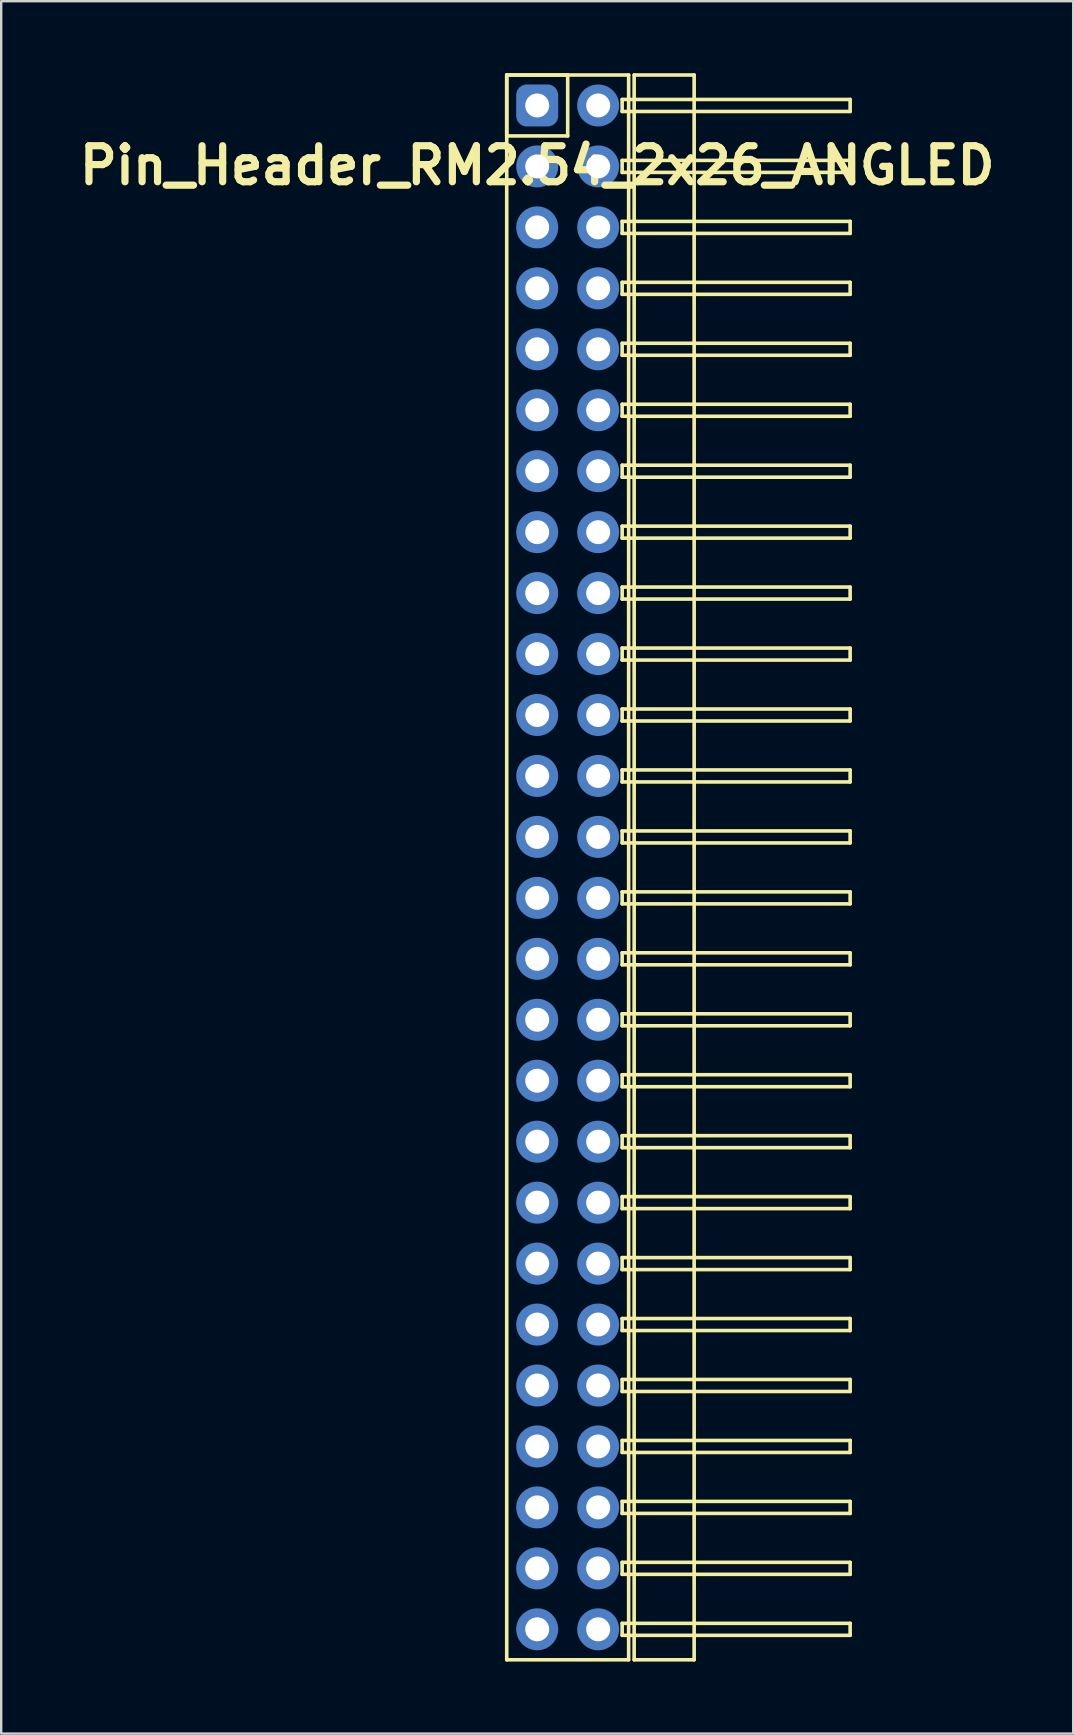
<source format=kicad_pcb>
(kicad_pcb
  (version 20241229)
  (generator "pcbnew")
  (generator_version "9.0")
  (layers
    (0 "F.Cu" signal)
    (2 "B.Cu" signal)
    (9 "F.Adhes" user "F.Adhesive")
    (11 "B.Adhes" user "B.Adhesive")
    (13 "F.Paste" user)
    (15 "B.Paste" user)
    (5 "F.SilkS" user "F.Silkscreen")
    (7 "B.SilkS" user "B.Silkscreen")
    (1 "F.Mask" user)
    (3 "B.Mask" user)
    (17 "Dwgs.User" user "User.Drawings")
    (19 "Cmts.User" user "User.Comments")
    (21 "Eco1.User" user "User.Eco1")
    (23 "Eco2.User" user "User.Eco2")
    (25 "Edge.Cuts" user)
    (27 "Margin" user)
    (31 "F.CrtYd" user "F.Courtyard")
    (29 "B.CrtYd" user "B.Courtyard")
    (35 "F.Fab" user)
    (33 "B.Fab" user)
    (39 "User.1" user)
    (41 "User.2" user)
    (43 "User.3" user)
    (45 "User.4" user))
  (footprint "Pin_Header_RM2.54_2x26_ANGLED"
    (layer "F.Cu")
    (at 19.336 1.345)
    (property "Reference" "Pin_Header_RM2.54_2x26_ANGLED" (at 0 2.5 0) (layer "F.SilkS") (effects (font (size 1.5 1.5) (thickness 0.3))))
    (attr through_hole)
    (fp_line (start -1.27 -1.27) (end 1.27 -1.27) (stroke (width 0.15) (type solid)) (layer "F.SilkS"))
    (fp_line (start -1.27 -1.27) (end 3.81 -1.27) (stroke (width 0.15) (type solid)) (layer "F.SilkS"))
    (fp_line (start -1.27 1.27) (end -1.27 -1.27) (stroke (width 0.15) (type solid)) (layer "F.SilkS"))
    (fp_line (start -1.27 64.77) (end -1.27 -1.27) (stroke (width 0.15) (type solid)) (layer "F.SilkS"))
    (fp_line (start 1.27 -1.27) (end 1.27 1.27) (stroke (width 0.15) (type solid)) (layer "F.SilkS"))
    (fp_line (start 1.27 1.27) (end -1.27 1.27) (stroke (width 0.15) (type solid)) (layer "F.SilkS"))
    (fp_line (start 3.54 -0.25) (end 13.04 -0.25) (stroke (width 0.15) (type solid)) (layer "F.SilkS"))
    (fp_line (start 3.54 0.25) (end 3.54 -0.25) (stroke (width 0.15) (type solid)) (layer "F.SilkS"))
    (fp_line (start 3.54 2.29) (end 13.04 2.29) (stroke (width 0.15) (type solid)) (layer "F.SilkS"))
    (fp_line (start 3.54 2.79) (end 3.54 2.29) (stroke (width 0.15) (type solid)) (layer "F.SilkS"))
    (fp_line (start 3.54 4.83) (end 13.04 4.83) (stroke (width 0.15) (type solid)) (layer "F.SilkS"))
    (fp_line (start 3.54 5.33) (end 3.54 4.83) (stroke (width 0.15) (type solid)) (layer "F.SilkS"))
    (fp_line (start 3.54 7.37) (end 13.04 7.37) (stroke (width 0.15) (type solid)) (layer "F.SilkS"))
    (fp_line (start 3.54 7.87) (end 3.54 7.37) (stroke (width 0.15) (type solid)) (layer "F.SilkS"))
    (fp_line (start 3.54 9.91) (end 13.04 9.91) (stroke (width 0.15) (type solid)) (layer "F.SilkS"))
    (fp_line (start 3.54 10.41) (end 3.54 9.91) (stroke (width 0.15) (type solid)) (layer "F.SilkS"))
    (fp_line (start 3.54 12.45) (end 13.04 12.45) (stroke (width 0.15) (type solid)) (layer "F.SilkS"))
    (fp_line (start 3.54 12.95) (end 3.54 12.45) (stroke (width 0.15) (type solid)) (layer "F.SilkS"))
    (fp_line (start 3.54 14.99) (end 13.04 14.99) (stroke (width 0.15) (type solid)) (layer "F.SilkS"))
    (fp_line (start 3.54 15.49) (end 3.54 14.99) (stroke (width 0.15) (type solid)) (layer "F.SilkS"))
    (fp_line (start 3.54 17.53) (end 13.04 17.53) (stroke (width 0.15) (type solid)) (layer "F.SilkS"))
    (fp_line (start 3.54 18.03) (end 3.54 17.53) (stroke (width 0.15) (type solid)) (layer "F.SilkS"))
    (fp_line (start 3.54 20.07) (end 13.04 20.07) (stroke (width 0.15) (type solid)) (layer "F.SilkS"))
    (fp_line (start 3.54 20.57) (end 3.54 20.07) (stroke (width 0.15) (type solid)) (layer "F.SilkS"))
    (fp_line (start 3.54 22.61) (end 13.04 22.61) (stroke (width 0.15) (type solid)) (layer "F.SilkS"))
    (fp_line (start 3.54 23.11) (end 3.54 22.61) (stroke (width 0.15) (type solid)) (layer "F.SilkS"))
    (fp_line (start 3.54 25.15) (end 13.04 25.15) (stroke (width 0.15) (type solid)) (layer "F.SilkS"))
    (fp_line (start 3.54 25.65) (end 3.54 25.15) (stroke (width 0.15) (type solid)) (layer "F.SilkS"))
    (fp_line (start 3.54 27.69) (end 13.04 27.69) (stroke (width 0.15) (type solid)) (layer "F.SilkS"))
    (fp_line (start 3.54 28.19) (end 3.54 27.69) (stroke (width 0.15) (type solid)) (layer "F.SilkS"))
    (fp_line (start 3.54 30.23) (end 13.04 30.23) (stroke (width 0.15) (type solid)) (layer "F.SilkS"))
    (fp_line (start 3.54 30.73) (end 3.54 30.23) (stroke (width 0.15) (type solid)) (layer "F.SilkS"))
    (fp_line (start 3.54 32.77) (end 13.04 32.77) (stroke (width 0.15) (type solid)) (layer "F.SilkS"))
    (fp_line (start 3.54 33.27) (end 3.54 32.77) (stroke (width 0.15) (type solid)) (layer "F.SilkS"))
    (fp_line (start 3.54 35.31) (end 13.04 35.31) (stroke (width 0.15) (type solid)) (layer "F.SilkS"))
    (fp_line (start 3.54 35.81) (end 3.54 35.31) (stroke (width 0.15) (type solid)) (layer "F.SilkS"))
    (fp_line (start 3.54 37.85) (end 13.04 37.85) (stroke (width 0.15) (type solid)) (layer "F.SilkS"))
    (fp_line (start 3.54 38.35) (end 3.54 37.85) (stroke (width 0.15) (type solid)) (layer "F.SilkS"))
    (fp_line (start 3.54 40.39) (end 13.04 40.39) (stroke (width 0.15) (type solid)) (layer "F.SilkS"))
    (fp_line (start 3.54 40.89) (end 3.54 40.39) (stroke (width 0.15) (type solid)) (layer "F.SilkS"))
    (fp_line (start 3.54 42.93) (end 13.04 42.93) (stroke (width 0.15) (type solid)) (layer "F.SilkS"))
    (fp_line (start 3.54 43.43) (end 3.54 42.93) (stroke (width 0.15) (type solid)) (layer "F.SilkS"))
    (fp_line (start 3.54 45.47) (end 13.04 45.47) (stroke (width 0.15) (type solid)) (layer "F.SilkS"))
    (fp_line (start 3.54 45.97) (end 3.54 45.47) (stroke (width 0.15) (type solid)) (layer "F.SilkS"))
    (fp_line (start 3.54 48.01) (end 13.04 48.01) (stroke (width 0.15) (type solid)) (layer "F.SilkS"))
    (fp_line (start 3.54 48.51) (end 3.54 48.01) (stroke (width 0.15) (type solid)) (layer "F.SilkS"))
    (fp_line (start 3.54 50.55) (end 13.04 50.55) (stroke (width 0.15) (type solid)) (layer "F.SilkS"))
    (fp_line (start 3.54 51.05) (end 3.54 50.55) (stroke (width 0.15) (type solid)) (layer "F.SilkS"))
    (fp_line (start 3.54 53.09) (end 13.04 53.09) (stroke (width 0.15) (type solid)) (layer "F.SilkS"))
    (fp_line (start 3.54 53.59) (end 3.54 53.09) (stroke (width 0.15) (type solid)) (layer "F.SilkS"))
    (fp_line (start 3.54 55.63) (end 13.04 55.63) (stroke (width 0.15) (type solid)) (layer "F.SilkS"))
    (fp_line (start 3.54 56.13) (end 3.54 55.63) (stroke (width 0.15) (type solid)) (layer "F.SilkS"))
    (fp_line (start 3.54 58.17) (end 13.04 58.17) (stroke (width 0.15) (type solid)) (layer "F.SilkS"))
    (fp_line (start 3.54 58.67) (end 3.54 58.17) (stroke (width 0.15) (type solid)) (layer "F.SilkS"))
    (fp_line (start 3.54 60.71) (end 13.04 60.71) (stroke (width 0.15) (type solid)) (layer "F.SilkS"))
    (fp_line (start 3.54 61.21) (end 3.54 60.71) (stroke (width 0.15) (type solid)) (layer "F.SilkS"))
    (fp_line (start 3.54 63.25) (end 13.04 63.25) (stroke (width 0.15) (type solid)) (layer "F.SilkS"))
    (fp_line (start 3.54 63.75) (end 3.54 63.25) (stroke (width 0.15) (type solid)) (layer "F.SilkS"))
    (fp_line (start 3.81 -1.27) (end 3.81 64.77) (stroke (width 0.15) (type solid)) (layer "F.SilkS"))
    (fp_line (start 3.81 64.77) (end -1.27 64.77) (stroke (width 0.15) (type solid)) (layer "F.SilkS"))
    (fp_line (start 4.04 -1.27) (end 6.54 -1.27) (stroke (width 0.15) (type solid)) (layer "F.SilkS"))
    (fp_line (start 4.04 64.77) (end 4.04 -1.27) (stroke (width 0.15) (type solid)) (layer "F.SilkS"))
    (fp_line (start 6.54 -1.27) (end 6.54 64.77) (stroke (width 0.15) (type solid)) (layer "F.SilkS"))
    (fp_line (start 6.54 64.77) (end 4.04 64.77) (stroke (width 0.15) (type solid)) (layer "F.SilkS"))
    (fp_line (start 13.04 -0.25) (end 13.04 0.25) (stroke (width 0.15) (type solid)) (layer "F.SilkS"))
    (fp_line (start 13.04 0.25) (end 3.54 0.25) (stroke (width 0.15) (type solid)) (layer "F.SilkS"))
    (fp_line (start 13.04 2.29) (end 13.04 2.79) (stroke (width 0.15) (type solid)) (layer "F.SilkS"))
    (fp_line (start 13.04 2.79) (end 3.54 2.79) (stroke (width 0.15) (type solid)) (layer "F.SilkS"))
    (fp_line (start 13.04 4.83) (end 13.04 5.33) (stroke (width 0.15) (type solid)) (layer "F.SilkS"))
    (fp_line (start 13.04 5.33) (end 3.54 5.33) (stroke (width 0.15) (type solid)) (layer "F.SilkS"))
    (fp_line (start 13.04 7.37) (end 13.04 7.87) (stroke (width 0.15) (type solid)) (layer "F.SilkS"))
    (fp_line (start 13.04 7.87) (end 3.54 7.87) (stroke (width 0.15) (type solid)) (layer "F.SilkS"))
    (fp_line (start 13.04 9.91) (end 13.04 10.41) (stroke (width 0.15) (type solid)) (layer "F.SilkS"))
    (fp_line (start 13.04 10.41) (end 3.54 10.41) (stroke (width 0.15) (type solid)) (layer "F.SilkS"))
    (fp_line (start 13.04 12.45) (end 13.04 12.95) (stroke (width 0.15) (type solid)) (layer "F.SilkS"))
    (fp_line (start 13.04 12.95) (end 3.54 12.95) (stroke (width 0.15) (type solid)) (layer "F.SilkS"))
    (fp_line (start 13.04 14.99) (end 13.04 15.49) (stroke (width 0.15) (type solid)) (layer "F.SilkS"))
    (fp_line (start 13.04 15.49) (end 3.54 15.49) (stroke (width 0.15) (type solid)) (layer "F.SilkS"))
    (fp_line (start 13.04 17.53) (end 13.04 18.03) (stroke (width 0.15) (type solid)) (layer "F.SilkS"))
    (fp_line (start 13.04 18.03) (end 3.54 18.03) (stroke (width 0.15) (type solid)) (layer "F.SilkS"))
    (fp_line (start 13.04 20.07) (end 13.04 20.57) (stroke (width 0.15) (type solid)) (layer "F.SilkS"))
    (fp_line (start 13.04 20.57) (end 3.54 20.57) (stroke (width 0.15) (type solid)) (layer "F.SilkS"))
    (fp_line (start 13.04 22.61) (end 13.04 23.11) (stroke (width 0.15) (type solid)) (layer "F.SilkS"))
    (fp_line (start 13.04 23.11) (end 3.54 23.11) (stroke (width 0.15) (type solid)) (layer "F.SilkS"))
    (fp_line (start 13.04 25.15) (end 13.04 25.65) (stroke (width 0.15) (type solid)) (layer "F.SilkS"))
    (fp_line (start 13.04 25.65) (end 3.54 25.65) (stroke (width 0.15) (type solid)) (layer "F.SilkS"))
    (fp_line (start 13.04 27.69) (end 13.04 28.19) (stroke (width 0.15) (type solid)) (layer "F.SilkS"))
    (fp_line (start 13.04 28.19) (end 3.54 28.19) (stroke (width 0.15) (type solid)) (layer "F.SilkS"))
    (fp_line (start 13.04 30.23) (end 13.04 30.73) (stroke (width 0.15) (type solid)) (layer "F.SilkS"))
    (fp_line (start 13.04 30.73) (end 3.54 30.73) (stroke (width 0.15) (type solid)) (layer "F.SilkS"))
    (fp_line (start 13.04 32.77) (end 13.04 33.27) (stroke (width 0.15) (type solid)) (layer "F.SilkS"))
    (fp_line (start 13.04 33.27) (end 3.54 33.27) (stroke (width 0.15) (type solid)) (layer "F.SilkS"))
    (fp_line (start 13.04 35.31) (end 13.04 35.81) (stroke (width 0.15) (type solid)) (layer "F.SilkS"))
    (fp_line (start 13.04 35.81) (end 3.54 35.81) (stroke (width 0.15) (type solid)) (layer "F.SilkS"))
    (fp_line (start 13.04 37.85) (end 13.04 38.35) (stroke (width 0.15) (type solid)) (layer "F.SilkS"))
    (fp_line (start 13.04 38.35) (end 3.54 38.35) (stroke (width 0.15) (type solid)) (layer "F.SilkS"))
    (fp_line (start 13.04 40.39) (end 13.04 40.89) (stroke (width 0.15) (type solid)) (layer "F.SilkS"))
    (fp_line (start 13.04 40.89) (end 3.54 40.89) (stroke (width 0.15) (type solid)) (layer "F.SilkS"))
    (fp_line (start 13.04 42.93) (end 13.04 43.43) (stroke (width 0.15) (type solid)) (layer "F.SilkS"))
    (fp_line (start 13.04 43.43) (end 3.54 43.43) (stroke (width 0.15) (type solid)) (layer "F.SilkS"))
    (fp_line (start 13.04 45.47) (end 13.04 45.97) (stroke (width 0.15) (type solid)) (layer "F.SilkS"))
    (fp_line (start 13.04 45.97) (end 3.54 45.97) (stroke (width 0.15) (type solid)) (layer "F.SilkS"))
    (fp_line (start 13.04 48.01) (end 13.04 48.51) (stroke (width 0.15) (type solid)) (layer "F.SilkS"))
    (fp_line (start 13.04 48.51) (end 3.54 48.51) (stroke (width 0.15) (type solid)) (layer "F.SilkS"))
    (fp_line (start 13.04 50.55) (end 13.04 51.05) (stroke (width 0.15) (type solid)) (layer "F.SilkS"))
    (fp_line (start 13.04 51.05) (end 3.54 51.05) (stroke (width 0.15) (type solid)) (layer "F.SilkS"))
    (fp_line (start 13.04 53.09) (end 13.04 53.59) (stroke (width 0.15) (type solid)) (layer "F.SilkS"))
    (fp_line (start 13.04 53.59) (end 3.54 53.59) (stroke (width 0.15) (type solid)) (layer "F.SilkS"))
    (fp_line (start 13.04 55.63) (end 13.04 56.13) (stroke (width 0.15) (type solid)) (layer "F.SilkS"))
    (fp_line (start 13.04 56.13) (end 3.54 56.13) (stroke (width 0.15) (type solid)) (layer "F.SilkS"))
    (fp_line (start 13.04 58.17) (end 13.04 58.67) (stroke (width 0.15) (type solid)) (layer "F.SilkS"))
    (fp_line (start 13.04 58.67) (end 3.54 58.67) (stroke (width 0.15) (type solid)) (layer "F.SilkS"))
    (fp_line (start 13.04 60.71) (end 13.04 61.21) (stroke (width 0.15) (type solid)) (layer "F.SilkS"))
    (fp_line (start 13.04 61.21) (end 3.54 61.21) (stroke (width 0.15) (type solid)) (layer "F.SilkS"))
    (fp_line (start 13.04 63.25) (end 13.04 63.75) (stroke (width 0.15) (type solid)) (layer "F.SilkS"))
    (fp_line (start 13.04 63.75) (end 3.54 63.75) (stroke (width 0.15) (type solid)) (layer "F.SilkS"))
    (pad "1" thru_hole circle (at 0 0) (size 1.3 1.3) (drill 1) (layers "*.Cu" "*.Mask"))
    (pad "1" smd roundrect (at 0 0) (size 1.5 1.5) (layers "F.Cu" "F.Mask") (roundrect_rratio 0.25))
    (pad "1" smd roundrect (at 0 0) (size 1.75 1.75) (layers "B.Cu" "B.Mask") (roundrect_rratio 0.25))
    (pad "2" thru_hole circle (at 2.54 0) (size 1.3 1.3) (drill 1) (layers "*.Cu" "*.Mask"))
    (pad "2" smd circle (at 2.54 0) (size 1.5 1.5) (layers "F.Cu" "F.Mask"))
    (pad "2" smd circle (at 2.54 0) (size 1.75 1.75) (layers "B.Cu" "B.Mask"))
    (pad "3" thru_hole circle (at 0 2.54) (size 1.3 1.3) (drill 1) (layers "*.Cu" "*.Mask"))
    (pad "3" smd circle (at 0 2.54) (size 1.5 1.5) (layers "F.Cu" "F.Mask"))
    (pad "3" smd circle (at 0 2.54) (size 1.75 1.75) (layers "B.Cu" "B.Mask"))
    (pad "4" thru_hole circle (at 2.54 2.54) (size 1.3 1.3) (drill 1) (layers "*.Cu" "*.Mask"))
    (pad "4" smd circle (at 2.54 2.54) (size 1.5 1.5) (layers "F.Cu" "F.Mask"))
    (pad "4" smd circle (at 2.54 2.54) (size 1.75 1.75) (layers "B.Cu" "B.Mask"))
    (pad "5" thru_hole circle (at 0 5.08) (size 1.3 1.3) (drill 1) (layers "*.Cu" "*.Mask"))
    (pad "5" smd circle (at 0 5.08) (size 1.5 1.5) (layers "F.Cu" "F.Mask"))
    (pad "5" smd circle (at 0 5.08) (size 1.75 1.75) (layers "B.Cu" "B.Mask"))
    (pad "6" thru_hole circle (at 2.54 5.08) (size 1.3 1.3) (drill 1) (layers "*.Cu" "*.Mask"))
    (pad "6" smd circle (at 2.54 5.08) (size 1.5 1.5) (layers "F.Cu" "F.Mask"))
    (pad "6" smd circle (at 2.54 5.08) (size 1.75 1.75) (layers "B.Cu" "B.Mask"))
    (pad "7" thru_hole circle (at 0 7.62) (size 1.3 1.3) (drill 1) (layers "*.Cu" "*.Mask"))
    (pad "7" smd circle (at 0 7.62) (size 1.5 1.5) (layers "F.Cu" "F.Mask"))
    (pad "7" smd circle (at 0 7.62) (size 1.75 1.75) (layers "B.Cu" "B.Mask"))
    (pad "8" thru_hole circle (at 2.54 7.62) (size 1.3 1.3) (drill 1) (layers "*.Cu" "*.Mask"))
    (pad "8" smd circle (at 2.54 7.62) (size 1.5 1.5) (layers "F.Cu" "F.Mask"))
    (pad "8" smd circle (at 2.54 7.62) (size 1.75 1.75) (layers "B.Cu" "B.Mask"))
    (pad "9" thru_hole circle (at 0 10.16) (size 1.3 1.3) (drill 1) (layers "*.Cu" "*.Mask"))
    (pad "9" smd circle (at 0 10.16) (size 1.5 1.5) (layers "F.Cu" "F.Mask"))
    (pad "9" smd circle (at 0 10.16) (size 1.75 1.75) (layers "B.Cu" "B.Mask"))
    (pad "10" thru_hole circle (at 2.54 10.16) (size 1.3 1.3) (drill 1) (layers "*.Cu" "*.Mask"))
    (pad "10" smd circle (at 2.54 10.16) (size 1.5 1.5) (layers "F.Cu" "F.Mask"))
    (pad "10" smd circle (at 2.54 10.16) (size 1.75 1.75) (layers "B.Cu" "B.Mask"))
    (pad "11" thru_hole circle (at 0 12.7) (size 1.3 1.3) (drill 1) (layers "*.Cu" "*.Mask"))
    (pad "11" smd circle (at 0 12.7) (size 1.5 1.5) (layers "F.Cu" "F.Mask"))
    (pad "11" smd circle (at 0 12.7) (size 1.75 1.75) (layers "B.Cu" "B.Mask"))
    (pad "12" thru_hole circle (at 2.54 12.7) (size 1.3 1.3) (drill 1) (layers "*.Cu" "*.Mask"))
    (pad "12" smd circle (at 2.54 12.7) (size 1.5 1.5) (layers "F.Cu" "F.Mask"))
    (pad "12" smd circle (at 2.54 12.7) (size 1.75 1.75) (layers "B.Cu" "B.Mask"))
    (pad "13" thru_hole circle (at 0 15.24) (size 1.3 1.3) (drill 1) (layers "*.Cu" "*.Mask"))
    (pad "13" smd circle (at 0 15.24) (size 1.5 1.5) (layers "F.Cu" "F.Mask"))
    (pad "13" smd circle (at 0 15.24) (size 1.75 1.75) (layers "B.Cu" "B.Mask"))
    (pad "14" thru_hole circle (at 2.54 15.24) (size 1.3 1.3) (drill 1) (layers "*.Cu" "*.Mask"))
    (pad "14" smd circle (at 2.54 15.24) (size 1.5 1.5) (layers "F.Cu" "F.Mask"))
    (pad "14" smd circle (at 2.54 15.24) (size 1.75 1.75) (layers "B.Cu" "B.Mask"))
    (pad "15" thru_hole circle (at 0 17.78) (size 1.3 1.3) (drill 1) (layers "*.Cu" "*.Mask"))
    (pad "15" smd circle (at 0 17.78) (size 1.5 1.5) (layers "F.Cu" "F.Mask"))
    (pad "15" smd circle (at 0 17.78) (size 1.75 1.75) (layers "B.Cu" "B.Mask"))
    (pad "16" thru_hole circle (at 2.54 17.78) (size 1.3 1.3) (drill 1) (layers "*.Cu" "*.Mask"))
    (pad "16" smd circle (at 2.54 17.78) (size 1.5 1.5) (layers "F.Cu" "F.Mask"))
    (pad "16" smd circle (at 2.54 17.78) (size 1.75 1.75) (layers "B.Cu" "B.Mask"))
    (pad "17" thru_hole circle (at 0 20.32) (size 1.3 1.3) (drill 1) (layers "*.Cu" "*.Mask"))
    (pad "17" smd circle (at 0 20.32) (size 1.5 1.5) (layers "F.Cu" "F.Mask"))
    (pad "17" smd circle (at 0 20.32) (size 1.75 1.75) (layers "B.Cu" "B.Mask"))
    (pad "18" thru_hole circle (at 2.54 20.32) (size 1.3 1.3) (drill 1) (layers "*.Cu" "*.Mask"))
    (pad "18" smd circle (at 2.54 20.32) (size 1.5 1.5) (layers "F.Cu" "F.Mask"))
    (pad "18" smd circle (at 2.54 20.32) (size 1.75 1.75) (layers "B.Cu" "B.Mask"))
    (pad "19" thru_hole circle (at 0 22.86) (size 1.3 1.3) (drill 1) (layers "*.Cu" "*.Mask"))
    (pad "19" smd circle (at 0 22.86) (size 1.5 1.5) (layers "F.Cu" "F.Mask"))
    (pad "19" smd circle (at 0 22.86) (size 1.75 1.75) (layers "B.Cu" "B.Mask"))
    (pad "20" thru_hole circle (at 2.54 22.86) (size 1.3 1.3) (drill 1) (layers "*.Cu" "*.Mask"))
    (pad "20" smd circle (at 2.54 22.86) (size 1.5 1.5) (layers "F.Cu" "F.Mask"))
    (pad "20" smd circle (at 2.54 22.86) (size 1.75 1.75) (layers "B.Cu" "B.Mask"))
    (pad "21" thru_hole circle (at 0 25.4) (size 1.3 1.3) (drill 1) (layers "*.Cu" "*.Mask"))
    (pad "21" smd circle (at 0 25.4) (size 1.5 1.5) (layers "F.Cu" "F.Mask"))
    (pad "21" smd circle (at 0 25.4) (size 1.75 1.75) (layers "B.Cu" "B.Mask"))
    (pad "22" thru_hole circle (at 2.54 25.4) (size 1.3 1.3) (drill 1) (layers "*.Cu" "*.Mask"))
    (pad "22" smd circle (at 2.54 25.4) (size 1.5 1.5) (layers "F.Cu" "F.Mask"))
    (pad "22" smd circle (at 2.54 25.4) (size 1.75 1.75) (layers "B.Cu" "B.Mask"))
    (pad "23" thru_hole circle (at 0 27.94) (size 1.3 1.3) (drill 1) (layers "*.Cu" "*.Mask"))
    (pad "23" smd circle (at 0 27.94) (size 1.5 1.5) (layers "F.Cu" "F.Mask"))
    (pad "23" smd circle (at 0 27.94) (size 1.75 1.75) (layers "B.Cu" "B.Mask"))
    (pad "24" thru_hole circle (at 2.54 27.94) (size 1.3 1.3) (drill 1) (layers "*.Cu" "*.Mask"))
    (pad "24" smd circle (at 2.54 27.94) (size 1.5 1.5) (layers "F.Cu" "F.Mask"))
    (pad "24" smd circle (at 2.54 27.94) (size 1.75 1.75) (layers "B.Cu" "B.Mask"))
    (pad "25" thru_hole circle (at 0 30.48) (size 1.3 1.3) (drill 1) (layers "*.Cu" "*.Mask"))
    (pad "25" smd circle (at 0 30.48) (size 1.5 1.5) (layers "F.Cu" "F.Mask"))
    (pad "25" smd circle (at 0 30.48) (size 1.75 1.75) (layers "B.Cu" "B.Mask"))
    (pad "26" thru_hole circle (at 2.54 30.48) (size 1.3 1.3) (drill 1) (layers "*.Cu" "*.Mask"))
    (pad "26" smd circle (at 2.54 30.48) (size 1.5 1.5) (layers "F.Cu" "F.Mask"))
    (pad "26" smd circle (at 2.54 30.48) (size 1.75 1.75) (layers "B.Cu" "B.Mask"))
    (pad "27" thru_hole circle (at 0 33.02) (size 1.3 1.3) (drill 1) (layers "*.Cu" "*.Mask"))
    (pad "27" smd circle (at 0 33.02) (size 1.5 1.5) (layers "F.Cu" "F.Mask"))
    (pad "27" smd circle (at 0 33.02) (size 1.75 1.75) (layers "B.Cu" "B.Mask"))
    (pad "28" thru_hole circle (at 2.54 33.02) (size 1.3 1.3) (drill 1) (layers "*.Cu" "*.Mask"))
    (pad "28" smd circle (at 2.54 33.02) (size 1.5 1.5) (layers "F.Cu" "F.Mask"))
    (pad "28" smd circle (at 2.54 33.02) (size 1.75 1.75) (layers "B.Cu" "B.Mask"))
    (pad "29" thru_hole circle (at 0 35.56) (size 1.3 1.3) (drill 1) (layers "*.Cu" "*.Mask"))
    (pad "29" smd circle (at 0 35.56) (size 1.5 1.5) (layers "F.Cu" "F.Mask"))
    (pad "29" smd circle (at 0 35.56) (size 1.75 1.75) (layers "B.Cu" "B.Mask"))
    (pad "30" thru_hole circle (at 2.54 35.56) (size 1.3 1.3) (drill 1) (layers "*.Cu" "*.Mask"))
    (pad "30" smd circle (at 2.54 35.56) (size 1.5 1.5) (layers "F.Cu" "F.Mask"))
    (pad "30" smd circle (at 2.54 35.56) (size 1.75 1.75) (layers "B.Cu" "B.Mask"))
    (pad "31" thru_hole circle (at 0 38.1) (size 1.3 1.3) (drill 1) (layers "*.Cu" "*.Mask"))
    (pad "31" smd circle (at 0 38.1) (size 1.5 1.5) (layers "F.Cu" "F.Mask"))
    (pad "31" smd circle (at 0 38.1) (size 1.75 1.75) (layers "B.Cu" "B.Mask"))
    (pad "32" thru_hole circle (at 2.54 38.1) (size 1.3 1.3) (drill 1) (layers "*.Cu" "*.Mask"))
    (pad "32" smd circle (at 2.54 38.1) (size 1.5 1.5) (layers "F.Cu" "F.Mask"))
    (pad "32" smd circle (at 2.54 38.1) (size 1.75 1.75) (layers "B.Cu" "B.Mask"))
    (pad "33" thru_hole circle (at 0 40.64) (size 1.3 1.3) (drill 1) (layers "*.Cu" "*.Mask"))
    (pad "33" smd circle (at 0 40.64) (size 1.5 1.5) (layers "F.Cu" "F.Mask"))
    (pad "33" smd circle (at 0 40.64) (size 1.75 1.75) (layers "B.Cu" "B.Mask"))
    (pad "34" thru_hole circle (at 2.54 40.64) (size 1.3 1.3) (drill 1) (layers "*.Cu" "*.Mask"))
    (pad "34" smd circle (at 2.54 40.64) (size 1.5 1.5) (layers "F.Cu" "F.Mask"))
    (pad "34" smd circle (at 2.54 40.64) (size 1.75 1.75) (layers "B.Cu" "B.Mask"))
    (pad "35" thru_hole circle (at 0 43.18) (size 1.3 1.3) (drill 1) (layers "*.Cu" "*.Mask"))
    (pad "35" smd circle (at 0 43.18) (size 1.5 1.5) (layers "F.Cu" "F.Mask"))
    (pad "35" smd circle (at 0 43.18) (size 1.75 1.75) (layers "B.Cu" "B.Mask"))
    (pad "36" thru_hole circle (at 2.54 43.18) (size 1.3 1.3) (drill 1) (layers "*.Cu" "*.Mask"))
    (pad "36" smd circle (at 2.54 43.18) (size 1.5 1.5) (layers "F.Cu" "F.Mask"))
    (pad "36" smd circle (at 2.54 43.18) (size 1.75 1.75) (layers "B.Cu" "B.Mask"))
    (pad "37" thru_hole circle (at 0 45.72) (size 1.3 1.3) (drill 1) (layers "*.Cu" "*.Mask"))
    (pad "37" smd circle (at 0 45.72) (size 1.5 1.5) (layers "F.Cu" "F.Mask"))
    (pad "37" smd circle (at 0 45.72) (size 1.75 1.75) (layers "B.Cu" "B.Mask"))
    (pad "38" thru_hole circle (at 2.54 45.72) (size 1.3 1.3) (drill 1) (layers "*.Cu" "*.Mask"))
    (pad "38" smd circle (at 2.54 45.72) (size 1.5 1.5) (layers "F.Cu" "F.Mask"))
    (pad "38" smd circle (at 2.54 45.72) (size 1.75 1.75) (layers "B.Cu" "B.Mask"))
    (pad "39" thru_hole circle (at 0 48.26) (size 1.3 1.3) (drill 1) (layers "*.Cu" "*.Mask"))
    (pad "39" smd circle (at 0 48.26) (size 1.5 1.5) (layers "F.Cu" "F.Mask"))
    (pad "39" smd circle (at 0 48.26) (size 1.75 1.75) (layers "B.Cu" "B.Mask"))
    (pad "40" thru_hole circle (at 2.54 48.26) (size 1.3 1.3) (drill 1) (layers "*.Cu" "*.Mask"))
    (pad "40" smd circle (at 2.54 48.26) (size 1.5 1.5) (layers "F.Cu" "F.Mask"))
    (pad "40" smd circle (at 2.54 48.26) (size 1.75 1.75) (layers "B.Cu" "B.Mask"))
    (pad "41" thru_hole circle (at 0 50.8) (size 1.3 1.3) (drill 1) (layers "*.Cu" "*.Mask"))
    (pad "41" smd circle (at 0 50.8) (size 1.5 1.5) (layers "F.Cu" "F.Mask"))
    (pad "41" smd circle (at 0 50.8) (size 1.75 1.75) (layers "B.Cu" "B.Mask"))
    (pad "42" thru_hole circle (at 2.54 50.8) (size 1.3 1.3) (drill 1) (layers "*.Cu" "*.Mask"))
    (pad "42" smd circle (at 2.54 50.8) (size 1.5 1.5) (layers "F.Cu" "F.Mask"))
    (pad "42" smd circle (at 2.54 50.8) (size 1.75 1.75) (layers "B.Cu" "B.Mask"))
    (pad "43" thru_hole circle (at 0 53.34) (size 1.3 1.3) (drill 1) (layers "*.Cu" "*.Mask"))
    (pad "43" smd circle (at 0 53.34) (size 1.5 1.5) (layers "F.Cu" "F.Mask"))
    (pad "43" smd circle (at 0 53.34) (size 1.75 1.75) (layers "B.Cu" "B.Mask"))
    (pad "44" thru_hole circle (at 2.54 53.34) (size 1.3 1.3) (drill 1) (layers "*.Cu" "*.Mask"))
    (pad "44" smd circle (at 2.54 53.34) (size 1.5 1.5) (layers "F.Cu" "F.Mask"))
    (pad "44" smd circle (at 2.54 53.34) (size 1.75 1.75) (layers "B.Cu" "B.Mask"))
    (pad "45" thru_hole circle (at 0 55.88) (size 1.3 1.3) (drill 1) (layers "*.Cu" "*.Mask"))
    (pad "45" smd circle (at 0 55.88) (size 1.5 1.5) (layers "F.Cu" "F.Mask"))
    (pad "45" smd circle (at 0 55.88) (size 1.75 1.75) (layers "B.Cu" "B.Mask"))
    (pad "46" thru_hole circle (at 2.54 55.88) (size 1.3 1.3) (drill 1) (layers "*.Cu" "*.Mask"))
    (pad "46" smd circle (at 2.54 55.88) (size 1.5 1.5) (layers "F.Cu" "F.Mask"))
    (pad "46" smd circle (at 2.54 55.88) (size 1.75 1.75) (layers "B.Cu" "B.Mask"))
    (pad "47" thru_hole circle (at 0 58.42) (size 1.3 1.3) (drill 1) (layers "*.Cu" "*.Mask"))
    (pad "47" smd circle (at 0 58.42) (size 1.5 1.5) (layers "F.Cu" "F.Mask"))
    (pad "47" smd circle (at 0 58.42) (size 1.75 1.75) (layers "B.Cu" "B.Mask"))
    (pad "48" thru_hole circle (at 2.54 58.42) (size 1.3 1.3) (drill 1) (layers "*.Cu" "*.Mask"))
    (pad "48" smd circle (at 2.54 58.42) (size 1.5 1.5) (layers "F.Cu" "F.Mask"))
    (pad "48" smd circle (at 2.54 58.42) (size 1.75 1.75) (layers "B.Cu" "B.Mask"))
    (pad "49" thru_hole circle (at 0 60.96) (size 1.3 1.3) (drill 1) (layers "*.Cu" "*.Mask"))
    (pad "49" smd circle (at 0 60.96) (size 1.5 1.5) (layers "F.Cu" "F.Mask"))
    (pad "49" smd circle (at 0 60.96) (size 1.75 1.75) (layers "B.Cu" "B.Mask"))
    (pad "50" thru_hole circle (at 2.54 60.96) (size 1.3 1.3) (drill 1) (layers "*.Cu" "*.Mask"))
    (pad "50" smd circle (at 2.54 60.96) (size 1.5 1.5) (layers "F.Cu" "F.Mask"))
    (pad "50" smd circle (at 2.54 60.96) (size 1.75 1.75) (layers "B.Cu" "B.Mask"))
    (pad "51" thru_hole circle (at 0 63.5) (size 1.3 1.3) (drill 1) (layers "*.Cu" "*.Mask"))
    (pad "51" smd circle (at 0 63.5) (size 1.5 1.5) (layers "F.Cu" "F.Mask"))
    (pad "51" smd circle (at 0 63.5) (size 1.75 1.75) (layers "B.Cu" "B.Mask"))
    (pad "52" thru_hole circle (at 2.54 63.5) (size 1.3 1.3) (drill 1) (layers "*.Cu" "*.Mask"))
    (pad "52" smd circle (at 2.54 63.5) (size 1.5 1.5) (layers "F.Cu" "F.Mask"))
    (pad "52" smd circle (at 2.54 63.5) (size 1.75 1.75) (layers "B.Cu" "B.Mask")))
  (gr_rect
    (start -3 -3)
    (end 41.671 69.19)
    (stroke (width 0.1) (type default))
    (fill no)
    (layer "Edge.Cuts")))
</source>
